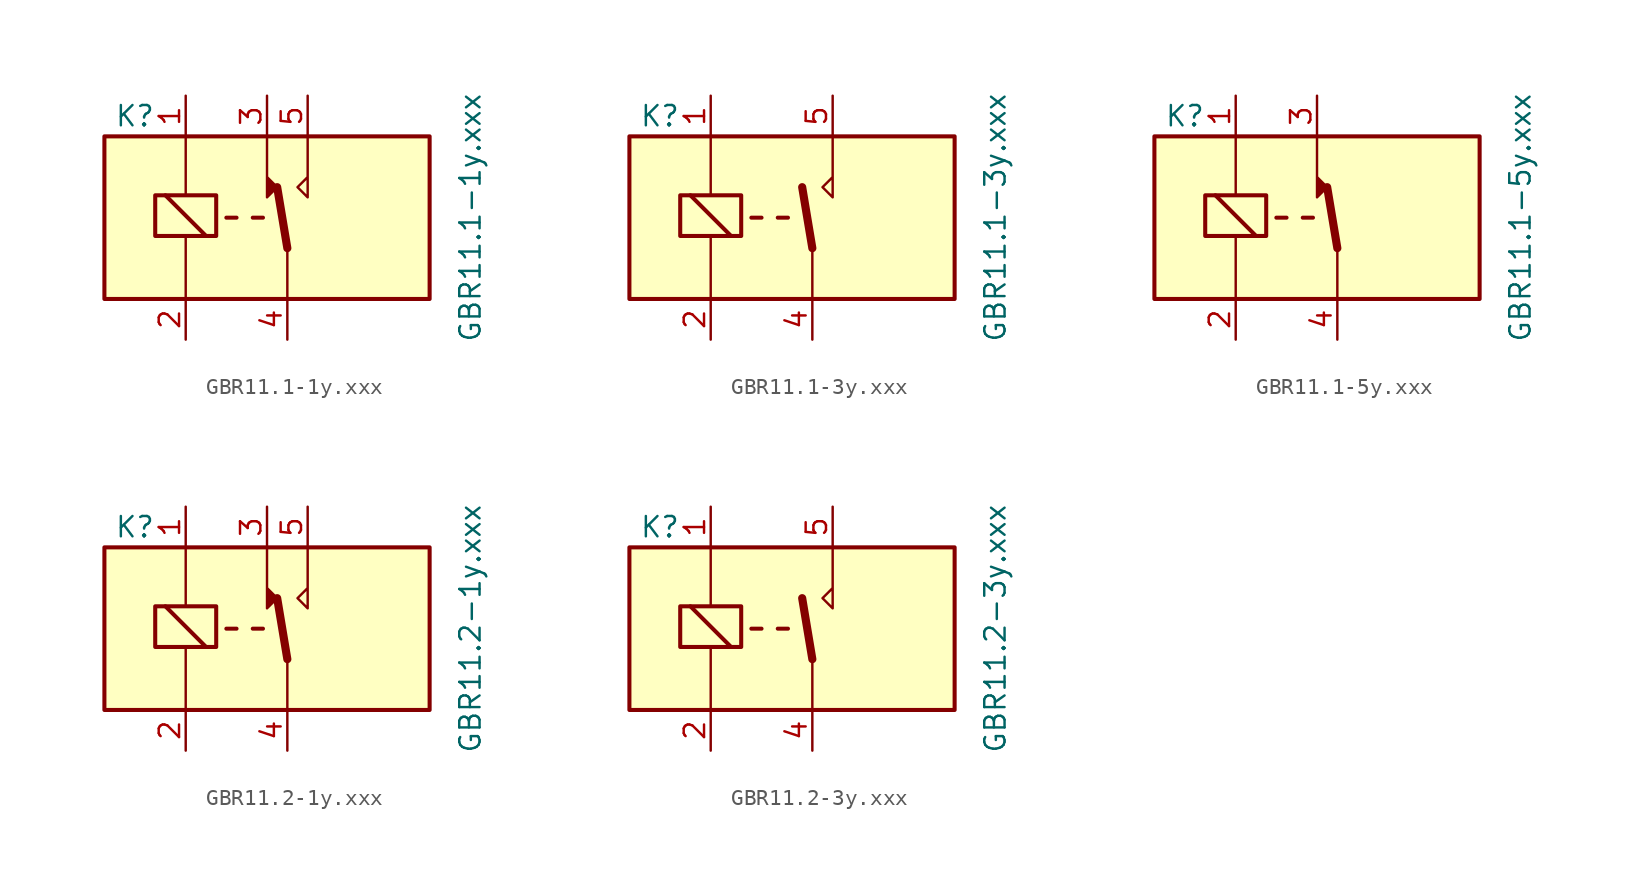
<source format=kicad_sym>
(kicad_symbol_lib
  (version 20211014)
  (generator kicad_symbol_editor)
  (symbol "GBR11.1-1y.xxx"
    (property "Reference" "K"
      (at -9.525 6.35 0)
      (effects (font (size 1.27 1.27))))
    (property "Value" "GBR11.1-1y.xxx"
      (at 11.43 0 90)
      (effects (font (size 1.27 1.27))))
    (symbol "GBR11.1-1y.xxx_1_1"
      (rectangle (start -11.43 5.08) (end 8.89 -5.08) (stroke (width 0.254) (type default) (color 0 0 0 0)) (fill (type background)))
      (rectangle (start -8.255 -1.143) (end -4.445 1.397) (stroke (width 0.254) (type default) (color 0 0 0 0)) (fill (type none)))
      (polyline (pts (xy -6.35 -1.27) (xy -6.35 -4.953)) (stroke (width 0) (type default) (color 0 0 0 0)) (fill (type none)))
      (polyline (pts (xy -6.35 5.08) (xy -6.35 1.397)) (stroke (width 0) (type default) (color 0 0 0 0)) (fill (type none)))
      (polyline (pts (xy -5.08 -1.143) (xy -7.62 1.397)) (stroke (width 0.254) (type default) (color 0 0 0 0)) (fill (type none)))
      (polyline (pts (xy -3.175 0) (xy -3.81 0)) (stroke (width 0.254) (type default) (color 0 0 0 0)) (fill (type none)))
      (polyline (pts (xy -1.524 0) (xy -2.159 0)) (stroke (width 0.254) (type default) (color 0 0 0 0)) (fill (type none)))
      (polyline (pts (xy 0 -1.905) (xy -0.635 1.905)) (stroke (width 0.508) (type default) (color 0 0 0 0)) (fill (type none)))
      (polyline (pts (xy 0 -1.905) (xy 0 -5.08)) (stroke (width 0) (type default) (color 0 0 0 0)) (fill (type none)))
      (polyline (pts (xy -1.27 5.08) (xy -1.27 1.27) (xy -0.635 1.905) (xy -1.27 2.54)) (stroke (width 0) (type default) (color 0 0 0 0)) (fill (type outline)))
      (polyline (pts (xy 1.27 5.08) (xy 1.27 1.27) (xy 0.635 1.905) (xy 1.27 2.54)) (stroke (width 0) (type default) (color 0 0 0 0)) (fill (type none)))
      (pin passive line (at -6.35 7.62 270) (length 2.54) (name "~" (effects (font (size 1.27 1.27)))) (number "1" (effects (font (size 1.27 1.27)))))
      (pin passive line (at -6.35 -7.62 90) (length 2.54) (name "~" (effects (font (size 1.27 1.27)))) (number "2" (effects (font (size 1.27 1.27)))))
      (pin passive line (at -1.27 7.62 270) (length 2.54) (name "~" (effects (font (size 1.27 1.27)))) (number "3" (effects (font (size 1.27 1.27)))))
      (pin passive line (at 0 -7.62 90) (length 2.54) (name "~" (effects (font (size 1.27 1.27)))) (number "4" (effects (font (size 1.27 1.27)))))
      (pin passive line (at 1.27 7.62 270) (length 2.54) (name "~" (effects (font (size 1.27 1.27)))) (number "5" (effects (font (size 1.27 1.27)))))))
  (symbol "GBR11.1-3y.xxx"
    (property "Reference" "K"
      (at -9.525 6.35 0)
      (effects (font (size 1.27 1.27))))
    (property "Value" "GBR11.1-3y.xxx"
      (at 11.43 0 90)
      (effects (font (size 1.27 1.27))))
    (symbol "GBR11.1-3y.xxx_1_1"
      (rectangle (start -11.43 5.08) (end 8.89 -5.08) (stroke (width 0.254) (type default) (color 0 0 0 0)) (fill (type background)))
      (rectangle (start -8.255 -1.143) (end -4.445 1.397) (stroke (width 0.254) (type default) (color 0 0 0 0)) (fill (type none)))
      (polyline (pts (xy -6.35 -1.27) (xy -6.35 -4.953)) (stroke (width 0) (type default) (color 0 0 0 0)) (fill (type none)))
      (polyline (pts (xy -6.35 5.08) (xy -6.35 1.397)) (stroke (width 0) (type default) (color 0 0 0 0)) (fill (type none)))
      (polyline (pts (xy -5.08 -1.143) (xy -7.62 1.397)) (stroke (width 0.254) (type default) (color 0 0 0 0)) (fill (type none)))
      (polyline (pts (xy -3.175 0) (xy -3.81 0)) (stroke (width 0.254) (type default) (color 0 0 0 0)) (fill (type none)))
      (polyline (pts (xy -1.524 0) (xy -2.159 0)) (stroke (width 0.254) (type default) (color 0 0 0 0)) (fill (type none)))
      (polyline (pts (xy 0 -1.905) (xy -0.635 1.905)) (stroke (width 0.508) (type default) (color 0 0 0 0)) (fill (type none)))
      (polyline (pts (xy 0 -1.905) (xy 0 -5.08)) (stroke (width 0) (type default) (color 0 0 0 0)) (fill (type none)))
      (polyline (pts (xy 1.27 5.08) (xy 1.27 1.27) (xy 0.635 1.905) (xy 1.27 2.54)) (stroke (width 0) (type default) (color 0 0 0 0)) (fill (type none)))
      (pin passive line (at -6.35 7.62 270) (length 2.54) (name "~" (effects (font (size 1.27 1.27)))) (number "1" (effects (font (size 1.27 1.27)))))
      (pin passive line (at -6.35 -7.62 90) (length 2.54) (name "~" (effects (font (size 1.27 1.27)))) (number "2" (effects (font (size 1.27 1.27)))))
      (pin passive line (at 0 -7.62 90) (length 2.54) (name "~" (effects (font (size 1.27 1.27)))) (number "4" (effects (font (size 1.27 1.27)))))
      (pin passive line (at 1.27 7.62 270) (length 2.54) (name "~" (effects (font (size 1.27 1.27)))) (number "5" (effects (font (size 1.27 1.27)))))))
  (symbol "GBR11.1-5y.xxx"
    (property "Reference" "K"
      (at -9.525 6.35 0)
      (effects (font (size 1.27 1.27))))
    (property "Value" "GBR11.1-5y.xxx"
      (at 11.43 0 90)
      (effects (font (size 1.27 1.27))))
    (symbol "GBR11.1-5y.xxx_1_1"
      (rectangle (start -11.43 5.08) (end 8.89 -5.08) (stroke (width 0.254) (type default) (color 0 0 0 0)) (fill (type background)))
      (rectangle (start -8.255 -1.143) (end -4.445 1.397) (stroke (width 0.254) (type default) (color 0 0 0 0)) (fill (type none)))
      (polyline (pts (xy -6.35 -1.27) (xy -6.35 -4.953)) (stroke (width 0) (type default) (color 0 0 0 0)) (fill (type none)))
      (polyline (pts (xy -6.35 5.08) (xy -6.35 1.397)) (stroke (width 0) (type default) (color 0 0 0 0)) (fill (type none)))
      (polyline (pts (xy -5.08 -1.143) (xy -7.62 1.397)) (stroke (width 0.254) (type default) (color 0 0 0 0)) (fill (type none)))
      (polyline (pts (xy -3.175 0) (xy -3.81 0)) (stroke (width 0.254) (type default) (color 0 0 0 0)) (fill (type none)))
      (polyline (pts (xy -1.524 0) (xy -2.159 0)) (stroke (width 0.254) (type default) (color 0 0 0 0)) (fill (type none)))
      (polyline (pts (xy 0 -1.905) (xy -0.635 1.905)) (stroke (width 0.508) (type default) (color 0 0 0 0)) (fill (type none)))
      (polyline (pts (xy 0 -1.905) (xy 0 -5.08)) (stroke (width 0) (type default) (color 0 0 0 0)) (fill (type none)))
      (polyline (pts (xy -1.27 5.08) (xy -1.27 1.27) (xy -0.635 1.905) (xy -1.27 2.54)) (stroke (width 0) (type default) (color 0 0 0 0)) (fill (type outline)))
      (pin passive line (at -6.35 7.62 270) (length 2.54) (name "~" (effects (font (size 1.27 1.27)))) (number "1" (effects (font (size 1.27 1.27)))))
      (pin passive line (at -6.35 -7.62 90) (length 2.54) (name "~" (effects (font (size 1.27 1.27)))) (number "2" (effects (font (size 1.27 1.27)))))
      (pin passive line (at -1.27 7.62 270) (length 2.54) (name "~" (effects (font (size 1.27 1.27)))) (number "3" (effects (font (size 1.27 1.27)))))
      (pin passive line (at 0 -7.62 90) (length 2.54) (name "~" (effects (font (size 1.27 1.27)))) (number "4" (effects (font (size 1.27 1.27)))))))
  (symbol "GBR11.2-1y.xxx"
    (property "Reference" "K"
      (at -9.525 6.35 0)
      (effects (font (size 1.27 1.27))))
    (property "Value" "GBR11.2-1y.xxx"
      (at 11.43 0 90)
      (effects (font (size 1.27 1.27))))
    (symbol "GBR11.2-1y.xxx_1_1"
      (rectangle (start -11.43 5.08) (end 8.89 -5.08) (stroke (width 0.254) (type default) (color 0 0 0 0)) (fill (type background)))
      (rectangle (start -8.255 -1.143) (end -4.445 1.397) (stroke (width 0.254) (type default) (color 0 0 0 0)) (fill (type none)))
      (polyline (pts (xy -6.35 -1.27) (xy -6.35 -4.953)) (stroke (width 0) (type default) (color 0 0 0 0)) (fill (type none)))
      (polyline (pts (xy -6.35 5.08) (xy -6.35 1.397)) (stroke (width 0) (type default) (color 0 0 0 0)) (fill (type none)))
      (polyline (pts (xy -5.08 -1.143) (xy -7.62 1.397)) (stroke (width 0.254) (type default) (color 0 0 0 0)) (fill (type none)))
      (polyline (pts (xy -3.175 0) (xy -3.81 0)) (stroke (width 0.254) (type default) (color 0 0 0 0)) (fill (type none)))
      (polyline (pts (xy -1.524 0) (xy -2.159 0)) (stroke (width 0.254) (type default) (color 0 0 0 0)) (fill (type none)))
      (polyline (pts (xy 0 -1.905) (xy -0.635 1.905)) (stroke (width 0.508) (type default) (color 0 0 0 0)) (fill (type none)))
      (polyline (pts (xy 0 -1.905) (xy 0 -5.08)) (stroke (width 0) (type default) (color 0 0 0 0)) (fill (type none)))
      (polyline (pts (xy -1.27 5.08) (xy -1.27 1.27) (xy -0.635 1.905) (xy -1.27 2.54)) (stroke (width 0) (type default) (color 0 0 0 0)) (fill (type outline)))
      (polyline (pts (xy 1.27 5.08) (xy 1.27 1.27) (xy 0.635 1.905) (xy 1.27 2.54)) (stroke (width 0) (type default) (color 0 0 0 0)) (fill (type none)))
      (pin passive line (at -6.35 7.62 270) (length 2.54) (name "~" (effects (font (size 1.27 1.27)))) (number "1" (effects (font (size 1.27 1.27)))))
      (pin passive line (at -6.35 -7.62 90) (length 2.54) (name "~" (effects (font (size 1.27 1.27)))) (number "2" (effects (font (size 1.27 1.27)))))
      (pin passive line (at -1.27 7.62 270) (length 2.54) (name "~" (effects (font (size 1.27 1.27)))) (number "3" (effects (font (size 1.27 1.27)))))
      (pin passive line (at 0 -7.62 90) (length 2.54) (name "~" (effects (font (size 1.27 1.27)))) (number "4" (effects (font (size 1.27 1.27)))))
      (pin passive line (at 1.27 7.62 270) (length 2.54) (name "~" (effects (font (size 1.27 1.27)))) (number "5" (effects (font (size 1.27 1.27)))))))
  (symbol "GBR11.2-3y.xxx"
    (property "Reference" "K"
      (at -9.525 6.35 0)
      (effects (font (size 1.27 1.27))))
    (property "Value" "GBR11.2-3y.xxx"
      (at 11.43 0 90)
      (effects (font (size 1.27 1.27))))
    (symbol "GBR11.2-3y.xxx_1_1"
      (rectangle (start -11.43 5.08) (end 8.89 -5.08) (stroke (width 0.254) (type default) (color 0 0 0 0)) (fill (type background)))
      (rectangle (start -8.255 -1.143) (end -4.445 1.397) (stroke (width 0.254) (type default) (color 0 0 0 0)) (fill (type none)))
      (polyline (pts (xy -6.35 -1.27) (xy -6.35 -4.953)) (stroke (width 0) (type default) (color 0 0 0 0)) (fill (type none)))
      (polyline (pts (xy -6.35 5.08) (xy -6.35 1.397)) (stroke (width 0) (type default) (color 0 0 0 0)) (fill (type none)))
      (polyline (pts (xy -5.08 -1.143) (xy -7.62 1.397)) (stroke (width 0.254) (type default) (color 0 0 0 0)) (fill (type none)))
      (polyline (pts (xy -3.175 0) (xy -3.81 0)) (stroke (width 0.254) (type default) (color 0 0 0 0)) (fill (type none)))
      (polyline (pts (xy -1.524 0) (xy -2.159 0)) (stroke (width 0.254) (type default) (color 0 0 0 0)) (fill (type none)))
      (polyline (pts (xy 0 -1.905) (xy -0.635 1.905)) (stroke (width 0.508) (type default) (color 0 0 0 0)) (fill (type none)))
      (polyline (pts (xy 0 -1.905) (xy 0 -5.08)) (stroke (width 0) (type default) (color 0 0 0 0)) (fill (type none)))
      (polyline (pts (xy 1.27 5.08) (xy 1.27 1.27) (xy 0.635 1.905) (xy 1.27 2.54)) (stroke (width 0) (type default) (color 0 0 0 0)) (fill (type none)))
      (pin passive line (at -6.35 7.62 270) (length 2.54) (name "~" (effects (font (size 1.27 1.27)))) (number "1" (effects (font (size 1.27 1.27)))))
      (pin passive line (at -6.35 -7.62 90) (length 2.54) (name "~" (effects (font (size 1.27 1.27)))) (number "2" (effects (font (size 1.27 1.27)))))
      (pin passive line (at 0 -7.62 90) (length 2.54) (name "~" (effects (font (size 1.27 1.27)))) (number "4" (effects (font (size 1.27 1.27)))))
      (pin passive line (at 1.27 7.62 270) (length 2.54) (name "~" (effects (font (size 1.27 1.27)))) (number "5" (effects (font (size 1.27 1.27))))))))
</source>
